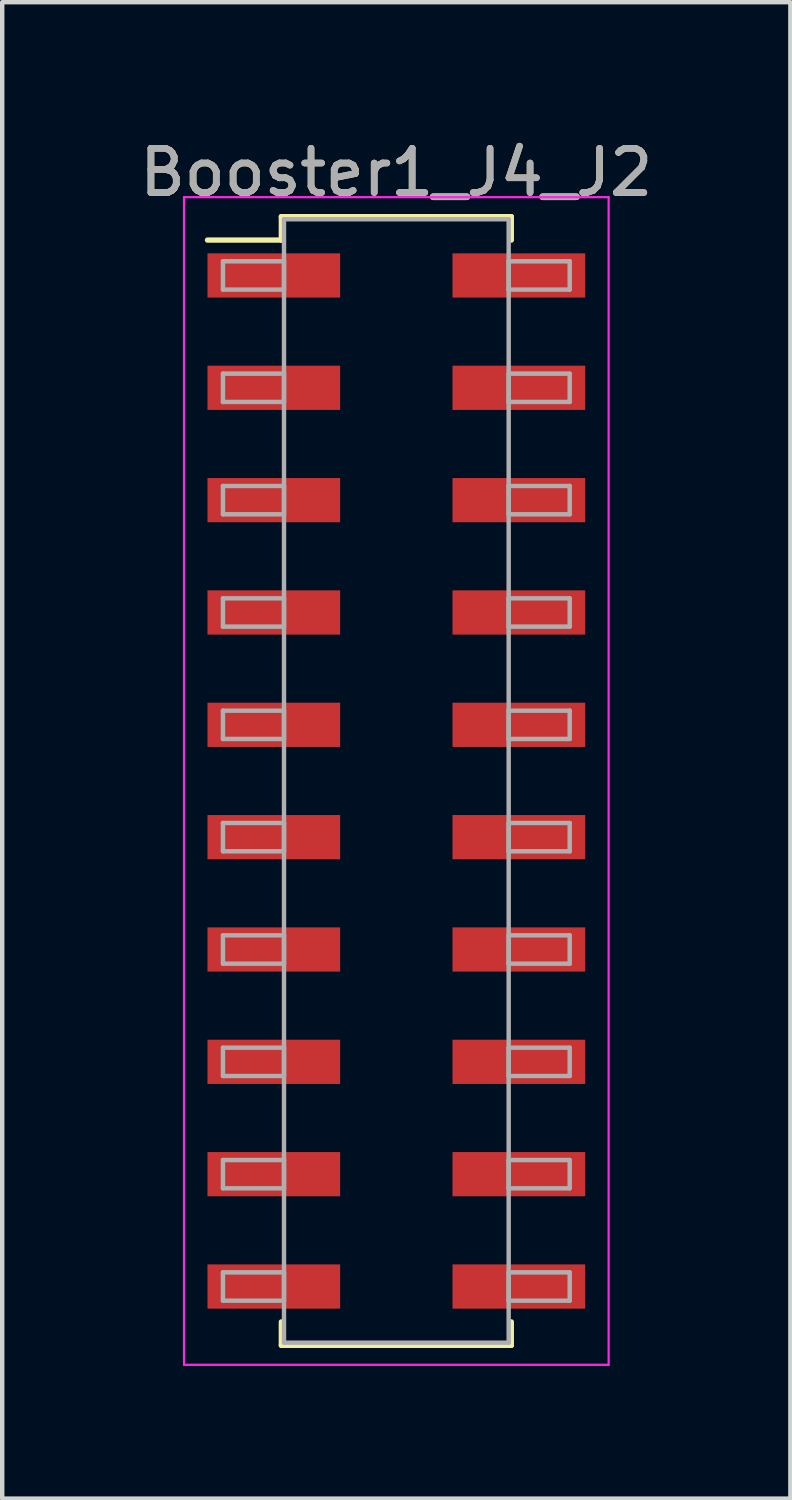
<source format=kicad_pcb>
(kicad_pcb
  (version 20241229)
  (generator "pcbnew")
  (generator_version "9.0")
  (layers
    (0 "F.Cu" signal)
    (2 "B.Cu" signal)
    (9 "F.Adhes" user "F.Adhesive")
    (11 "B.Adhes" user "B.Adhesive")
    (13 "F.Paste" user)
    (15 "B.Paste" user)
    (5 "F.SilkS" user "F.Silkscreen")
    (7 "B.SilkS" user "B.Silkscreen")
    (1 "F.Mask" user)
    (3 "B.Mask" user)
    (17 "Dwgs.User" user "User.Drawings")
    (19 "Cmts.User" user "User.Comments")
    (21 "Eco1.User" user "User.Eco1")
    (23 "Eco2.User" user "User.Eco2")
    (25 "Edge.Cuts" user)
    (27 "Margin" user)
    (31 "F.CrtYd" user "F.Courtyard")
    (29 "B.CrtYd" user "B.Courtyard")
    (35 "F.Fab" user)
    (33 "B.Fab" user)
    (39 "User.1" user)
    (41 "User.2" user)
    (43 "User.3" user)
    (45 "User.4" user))
  (footprint "Booster1_J4_J2"
    (layer "F.Cu")
    (at 5.911 14.608)
    (property "Reference" "Booster1_J4_J2" (at 0 -13.76 0) (layer "F.SilkS") (effects (font (size 1 1) (thickness 0.15))))
    (attr smd)
    (fp_line (start -4.27 -12.23) (end -2.6 -12.23) (stroke (width 0.12) (type solid)) (layer "F.SilkS"))
    (fp_line (start -2.6 -12.76) (end 2.6 -12.76) (stroke (width 0.12) (type solid)) (layer "F.SilkS"))
    (fp_line (start -2.6 -12.23) (end -2.6 -12.76) (stroke (width 0.12) (type solid)) (layer "F.SilkS"))
    (fp_line (start -2.6 12.23) (end -2.6 12.76) (stroke (width 0.12) (type solid)) (layer "F.SilkS"))
    (fp_line (start -2.6 12.76) (end 2.6 12.76) (stroke (width 0.12) (type solid)) (layer "F.SilkS"))
    (fp_line (start 2.6 -12.76) (end 2.6 -12.23) (stroke (width 0.12) (type solid)) (layer "F.SilkS"))
    (fp_line (start 2.6 12.76) (end 2.6 12.23) (stroke (width 0.12) (type solid)) (layer "F.SilkS"))
    (fp_line (start -4.8 -13.2) (end -4.8 13.2) (stroke (width 0.05) (type solid)) (layer "F.CrtYd"))
    (fp_line (start -4.8 13.2) (end 4.8 13.2) (stroke (width 0.05) (type solid)) (layer "F.CrtYd"))
    (fp_line (start 4.8 -13.2) (end -4.8 -13.2) (stroke (width 0.05) (type solid)) (layer "F.CrtYd"))
    (fp_line (start 4.8 13.2) (end 4.8 -13.2) (stroke (width 0.05) (type solid)) (layer "F.CrtYd"))
    (fp_line (start -3.92 -11.75) (end -2.54 -11.75) (stroke (width 0.1) (type solid)) (layer "F.Fab"))
    (fp_line (start -3.92 -11.11) (end -3.92 -11.75) (stroke (width 0.1) (type solid)) (layer "F.Fab"))
    (fp_line (start -3.92 -9.21) (end -2.54 -9.21) (stroke (width 0.1) (type solid)) (layer "F.Fab"))
    (fp_line (start -3.92 -8.57) (end -3.92 -9.21) (stroke (width 0.1) (type solid)) (layer "F.Fab"))
    (fp_line (start -3.92 -6.67) (end -2.54 -6.67) (stroke (width 0.1) (type solid)) (layer "F.Fab"))
    (fp_line (start -3.92 -6.03) (end -3.92 -6.67) (stroke (width 0.1) (type solid)) (layer "F.Fab"))
    (fp_line (start -3.92 -4.13) (end -2.54 -4.13) (stroke (width 0.1) (type solid)) (layer "F.Fab"))
    (fp_line (start -3.92 -3.49) (end -3.92 -4.13) (stroke (width 0.1) (type solid)) (layer "F.Fab"))
    (fp_line (start -3.92 -1.59) (end -2.54 -1.59) (stroke (width 0.1) (type solid)) (layer "F.Fab"))
    (fp_line (start -3.92 -0.95) (end -3.92 -1.59) (stroke (width 0.1) (type solid)) (layer "F.Fab"))
    (fp_line (start -3.92 0.95) (end -2.54 0.95) (stroke (width 0.1) (type solid)) (layer "F.Fab"))
    (fp_line (start -3.92 1.59) (end -3.92 0.95) (stroke (width 0.1) (type solid)) (layer "F.Fab"))
    (fp_line (start -3.92 3.49) (end -2.54 3.49) (stroke (width 0.1) (type solid)) (layer "F.Fab"))
    (fp_line (start -3.92 4.13) (end -3.92 3.49) (stroke (width 0.1) (type solid)) (layer "F.Fab"))
    (fp_line (start -3.92 6.03) (end -2.54 6.03) (stroke (width 0.1) (type solid)) (layer "F.Fab"))
    (fp_line (start -3.92 6.67) (end -3.92 6.03) (stroke (width 0.1) (type solid)) (layer "F.Fab"))
    (fp_line (start -3.92 8.57) (end -2.54 8.57) (stroke (width 0.1) (type solid)) (layer "F.Fab"))
    (fp_line (start -3.92 9.21) (end -3.92 8.57) (stroke (width 0.1) (type solid)) (layer "F.Fab"))
    (fp_line (start -3.92 11.11) (end -2.54 11.11) (stroke (width 0.1) (type solid)) (layer "F.Fab"))
    (fp_line (start -3.92 11.75) (end -3.92 11.11) (stroke (width 0.1) (type solid)) (layer "F.Fab"))
    (fp_line (start -2.54 -12.7) (end -2.54 12.7) (stroke (width 0.1) (type solid)) (layer "F.Fab"))
    (fp_line (start -2.54 -11.75) (end -2.54 -11.11) (stroke (width 0.1) (type solid)) (layer "F.Fab"))
    (fp_line (start -2.54 -11.11) (end -3.92 -11.11) (stroke (width 0.1) (type solid)) (layer "F.Fab"))
    (fp_line (start -2.54 -9.21) (end -2.54 -8.57) (stroke (width 0.1) (type solid)) (layer "F.Fab"))
    (fp_line (start -2.54 -8.57) (end -3.92 -8.57) (stroke (width 0.1) (type solid)) (layer "F.Fab"))
    (fp_line (start -2.54 -6.67) (end -2.54 -6.03) (stroke (width 0.1) (type solid)) (layer "F.Fab"))
    (fp_line (start -2.54 -6.03) (end -3.92 -6.03) (stroke (width 0.1) (type solid)) (layer "F.Fab"))
    (fp_line (start -2.54 -4.13) (end -2.54 -3.49) (stroke (width 0.1) (type solid)) (layer "F.Fab"))
    (fp_line (start -2.54 -3.49) (end -3.92 -3.49) (stroke (width 0.1) (type solid)) (layer "F.Fab"))
    (fp_line (start -2.54 -1.59) (end -2.54 -0.95) (stroke (width 0.1) (type solid)) (layer "F.Fab"))
    (fp_line (start -2.54 -0.95) (end -3.92 -0.95) (stroke (width 0.1) (type solid)) (layer "F.Fab"))
    (fp_line (start -2.54 0.95) (end -2.54 1.59) (stroke (width 0.1) (type solid)) (layer "F.Fab"))
    (fp_line (start -2.54 1.59) (end -3.92 1.59) (stroke (width 0.1) (type solid)) (layer "F.Fab"))
    (fp_line (start -2.54 3.49) (end -2.54 4.13) (stroke (width 0.1) (type solid)) (layer "F.Fab"))
    (fp_line (start -2.54 4.13) (end -3.92 4.13) (stroke (width 0.1) (type solid)) (layer "F.Fab"))
    (fp_line (start -2.54 6.03) (end -2.54 6.67) (stroke (width 0.1) (type solid)) (layer "F.Fab"))
    (fp_line (start -2.54 6.67) (end -3.92 6.67) (stroke (width 0.1) (type solid)) (layer "F.Fab"))
    (fp_line (start -2.54 8.57) (end -2.54 9.21) (stroke (width 0.1) (type solid)) (layer "F.Fab"))
    (fp_line (start -2.54 9.21) (end -3.92 9.21) (stroke (width 0.1) (type solid)) (layer "F.Fab"))
    (fp_line (start -2.54 11.11) (end -2.54 11.75) (stroke (width 0.1) (type solid)) (layer "F.Fab"))
    (fp_line (start -2.54 11.75) (end -3.92 11.75) (stroke (width 0.1) (type solid)) (layer "F.Fab"))
    (fp_line (start -2.54 12.7) (end 2.54 12.7) (stroke (width 0.1) (type solid)) (layer "F.Fab"))
    (fp_line (start 2.54 -12.7) (end -2.54 -12.7) (stroke (width 0.1) (type solid)) (layer "F.Fab"))
    (fp_line (start 2.54 -11.75) (end 2.54 -11.11) (stroke (width 0.1) (type solid)) (layer "F.Fab"))
    (fp_line (start 2.54 -11.11) (end 3.92 -11.11) (stroke (width 0.1) (type solid)) (layer "F.Fab"))
    (fp_line (start 2.54 -9.21) (end 2.54 -8.57) (stroke (width 0.1) (type solid)) (layer "F.Fab"))
    (fp_line (start 2.54 -8.57) (end 3.92 -8.57) (stroke (width 0.1) (type solid)) (layer "F.Fab"))
    (fp_line (start 2.54 -6.67) (end 2.54 -6.03) (stroke (width 0.1) (type solid)) (layer "F.Fab"))
    (fp_line (start 2.54 -6.03) (end 3.92 -6.03) (stroke (width 0.1) (type solid)) (layer "F.Fab"))
    (fp_line (start 2.54 -4.13) (end 2.54 -3.49) (stroke (width 0.1) (type solid)) (layer "F.Fab"))
    (fp_line (start 2.54 -3.49) (end 3.92 -3.49) (stroke (width 0.1) (type solid)) (layer "F.Fab"))
    (fp_line (start 2.54 -1.59) (end 2.54 -0.95) (stroke (width 0.1) (type solid)) (layer "F.Fab"))
    (fp_line (start 2.54 -0.95) (end 3.92 -0.95) (stroke (width 0.1) (type solid)) (layer "F.Fab"))
    (fp_line (start 2.54 0.95) (end 2.54 1.59) (stroke (width 0.1) (type solid)) (layer "F.Fab"))
    (fp_line (start 2.54 1.59) (end 3.92 1.59) (stroke (width 0.1) (type solid)) (layer "F.Fab"))
    (fp_line (start 2.54 3.49) (end 2.54 4.13) (stroke (width 0.1) (type solid)) (layer "F.Fab"))
    (fp_line (start 2.54 4.13) (end 3.92 4.13) (stroke (width 0.1) (type solid)) (layer "F.Fab"))
    (fp_line (start 2.54 6.03) (end 2.54 6.67) (stroke (width 0.1) (type solid)) (layer "F.Fab"))
    (fp_line (start 2.54 6.67) (end 3.92 6.67) (stroke (width 0.1) (type solid)) (layer "F.Fab"))
    (fp_line (start 2.54 8.57) (end 2.54 9.21) (stroke (width 0.1) (type solid)) (layer "F.Fab"))
    (fp_line (start 2.54 9.21) (end 3.92 9.21) (stroke (width 0.1) (type solid)) (layer "F.Fab"))
    (fp_line (start 2.54 11.11) (end 2.54 11.75) (stroke (width 0.1) (type solid)) (layer "F.Fab"))
    (fp_line (start 2.54 11.75) (end 3.92 11.75) (stroke (width 0.1) (type solid)) (layer "F.Fab"))
    (fp_line (start 2.54 12.7) (end 2.54 -12.7) (stroke (width 0.1) (type solid)) (layer "F.Fab"))
    (fp_line (start 3.92 -11.75) (end 2.54 -11.75) (stroke (width 0.1) (type solid)) (layer "F.Fab"))
    (fp_line (start 3.92 -11.11) (end 3.92 -11.75) (stroke (width 0.1) (type solid)) (layer "F.Fab"))
    (fp_line (start 3.92 -9.21) (end 2.54 -9.21) (stroke (width 0.1) (type solid)) (layer "F.Fab"))
    (fp_line (start 3.92 -8.57) (end 3.92 -9.21) (stroke (width 0.1) (type solid)) (layer "F.Fab"))
    (fp_line (start 3.92 -6.67) (end 2.54 -6.67) (stroke (width 0.1) (type solid)) (layer "F.Fab"))
    (fp_line (start 3.92 -6.03) (end 3.92 -6.67) (stroke (width 0.1) (type solid)) (layer "F.Fab"))
    (fp_line (start 3.92 -4.13) (end 2.54 -4.13) (stroke (width 0.1) (type solid)) (layer "F.Fab"))
    (fp_line (start 3.92 -3.49) (end 3.92 -4.13) (stroke (width 0.1) (type solid)) (layer "F.Fab"))
    (fp_line (start 3.92 -1.59) (end 2.54 -1.59) (stroke (width 0.1) (type solid)) (layer "F.Fab"))
    (fp_line (start 3.92 -0.95) (end 3.92 -1.59) (stroke (width 0.1) (type solid)) (layer "F.Fab"))
    (fp_line (start 3.92 0.95) (end 2.54 0.95) (stroke (width 0.1) (type solid)) (layer "F.Fab"))
    (fp_line (start 3.92 1.59) (end 3.92 0.95) (stroke (width 0.1) (type solid)) (layer "F.Fab"))
    (fp_line (start 3.92 3.49) (end 2.54 3.49) (stroke (width 0.1) (type solid)) (layer "F.Fab"))
    (fp_line (start 3.92 4.13) (end 3.92 3.49) (stroke (width 0.1) (type solid)) (layer "F.Fab"))
    (fp_line (start 3.92 6.03) (end 2.54 6.03) (stroke (width 0.1) (type solid)) (layer "F.Fab"))
    (fp_line (start 3.92 6.67) (end 3.92 6.03) (stroke (width 0.1) (type solid)) (layer "F.Fab"))
    (fp_line (start 3.92 8.57) (end 2.54 8.57) (stroke (width 0.1) (type solid)) (layer "F.Fab"))
    (fp_line (start 3.92 9.21) (end 3.92 8.57) (stroke (width 0.1) (type solid)) (layer "F.Fab"))
    (fp_line (start 3.92 11.11) (end 2.54 11.11) (stroke (width 0.1) (type solid)) (layer "F.Fab"))
    (fp_line (start 3.92 11.75) (end 3.92 11.11) (stroke (width 0.1) (type solid)) (layer "F.Fab"))
    (fp_text user "${REFERENCE}" (at 0 -13.76 0) (layer "F.Fab") (effects (font (size 1 1) (thickness 0.15))))
    (pad "11" smd rect (at 2.77 11.43) (size 3 1) (layers "F.Cu" "F.Mask" "F.Paste"))
    (pad "12" smd rect (at 2.77 8.89) (size 3 1) (layers "F.Cu" "F.Mask" "F.Paste"))
    (pad "13" smd rect (at 2.77 6.35) (size 3 1) (layers "F.Cu" "F.Mask" "F.Paste"))
    (pad "14" smd rect (at 2.77 3.81) (size 3 1) (layers "F.Cu" "F.Mask" "F.Paste"))
    (pad "15" smd rect (at 2.77 1.27) (size 3 1) (layers "F.Cu" "F.Mask" "F.Paste"))
    (pad "16" smd rect (at 2.77 -1.27) (size 3 1) (layers "F.Cu" "F.Mask" "F.Paste"))
    (pad "17" smd rect (at 2.77 -3.81) (size 3 1) (layers "F.Cu" "F.Mask" "F.Paste"))
    (pad "18" smd rect (at 2.77 -6.35) (size 3 1) (layers "F.Cu" "F.Mask" "F.Paste"))
    (pad "19" smd rect (at 2.77 -8.89) (size 3 1) (layers "F.Cu" "F.Mask" "F.Paste"))
    (pad "20" smd rect (at 2.77 -11.43) (size 3 1) (layers "F.Cu" "F.Mask" "F.Paste"))
    (pad "31" smd rect (at -2.77 11.43) (size 3 1) (layers "F.Cu" "F.Mask" "F.Paste"))
    (pad "32" smd rect (at -2.77 8.89) (size 3 1) (layers "F.Cu" "F.Mask" "F.Paste"))
    (pad "33" smd rect (at -2.77 6.35) (size 3 1) (layers "F.Cu" "F.Mask" "F.Paste"))
    (pad "34" smd rect (at -2.77 3.81) (size 3 1) (layers "F.Cu" "F.Mask" "F.Paste"))
    (pad "35" smd rect (at -2.77 1.27) (size 3 1) (layers "F.Cu" "F.Mask" "F.Paste"))
    (pad "36" smd rect (at -2.77 -1.27) (size 3 1) (layers "F.Cu" "F.Mask" "F.Paste"))
    (pad "37" smd rect (at -2.77 -3.81) (size 3 1) (layers "F.Cu" "F.Mask" "F.Paste"))
    (pad "38" smd rect (at -2.77 -6.35) (size 3 1) (layers "F.Cu" "F.Mask" "F.Paste"))
    (pad "39" smd rect (at -2.77 -8.89) (size 3 1) (layers "F.Cu" "F.Mask" "F.Paste"))
    (pad "40" smd rect (at -2.77 -11.43) (size 3 1) (layers "F.Cu" "F.Mask" "F.Paste")))
  (gr_rect
    (start -3 -3)
    (end 14.821 30.833)
    (stroke (width 0.1) (type default))
    (fill no)
    (layer "Edge.Cuts")))
</source>
